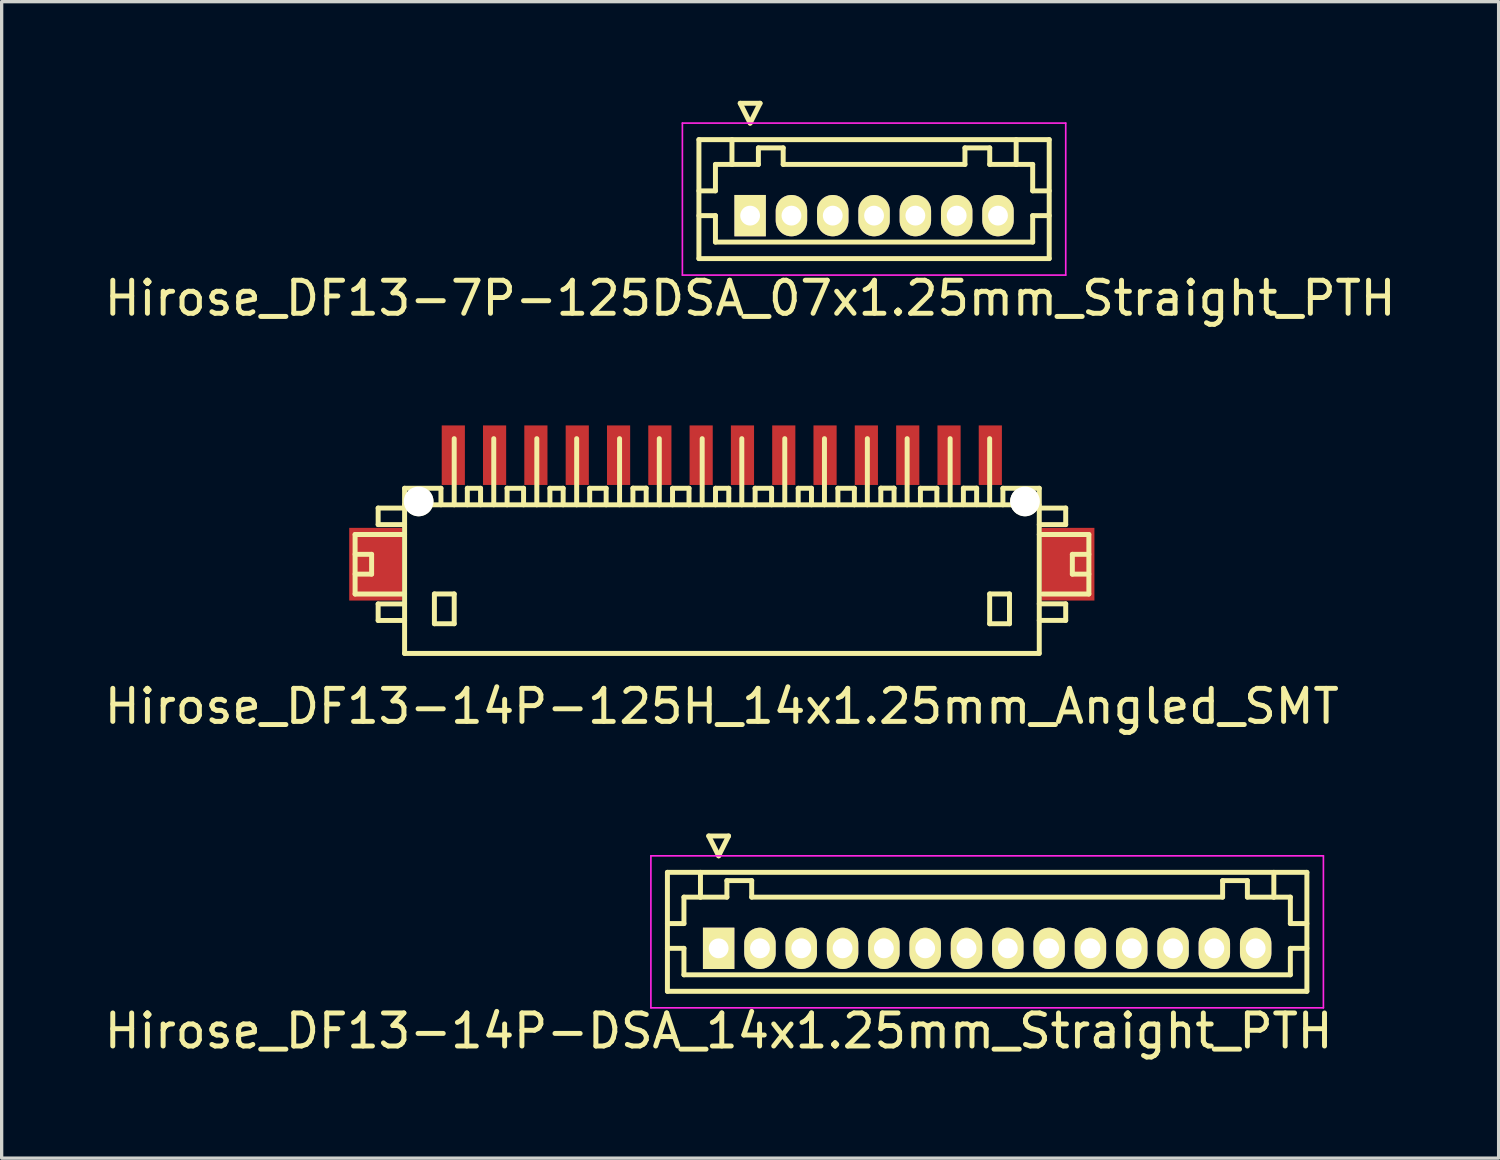
<source format=kicad_pcb>
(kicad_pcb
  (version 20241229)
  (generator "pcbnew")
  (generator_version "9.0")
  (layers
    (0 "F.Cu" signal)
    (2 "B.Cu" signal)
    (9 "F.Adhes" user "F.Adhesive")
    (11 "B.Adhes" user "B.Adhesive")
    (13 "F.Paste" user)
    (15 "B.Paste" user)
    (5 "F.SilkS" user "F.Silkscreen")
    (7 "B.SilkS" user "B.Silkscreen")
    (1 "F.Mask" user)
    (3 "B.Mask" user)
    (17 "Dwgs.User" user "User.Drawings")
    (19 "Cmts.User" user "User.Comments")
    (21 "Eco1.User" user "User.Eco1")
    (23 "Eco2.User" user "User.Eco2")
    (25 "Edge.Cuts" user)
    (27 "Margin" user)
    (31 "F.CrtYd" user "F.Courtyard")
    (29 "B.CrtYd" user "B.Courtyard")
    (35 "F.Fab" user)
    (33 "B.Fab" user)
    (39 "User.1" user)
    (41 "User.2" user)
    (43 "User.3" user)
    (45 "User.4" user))
  (footprint "Hirose_DF13-14P-DSA_14x1.25mm_Straight_PTH"
    (layer "F.Cu")
    (at 18.696 25.647)
    (property "Reference" "Hirose_DF13-14P-DSA_14x1.25mm_Straight_PTH" (at 0 2.5 0) (layer "F.SilkS") (effects (font (size 1 1) (thickness 0.15))))
    (attr through_hole)
    (fp_line (start -1.55 -2.3) (end -1.55 1.3) (stroke (width 0.15) (type solid)) (layer "F.SilkS"))
    (fp_line (start -1.55 -0.75) (end -1.05 -0.75) (stroke (width 0.15) (type solid)) (layer "F.SilkS"))
    (fp_line (start -1.55 0) (end -1.05 0) (stroke (width 0.15) (type solid)) (layer "F.SilkS"))
    (fp_line (start -1.55 1.3) (end 17.8 1.3) (stroke (width 0.15) (type solid)) (layer "F.SilkS"))
    (fp_line (start -1.05 -1.55) (end -0.55 -1.55) (stroke (width 0.15) (type solid)) (layer "F.SilkS"))
    (fp_line (start -1.05 -0.75) (end -1.05 -1.55) (stroke (width 0.15) (type solid)) (layer "F.SilkS"))
    (fp_line (start -1.05 0) (end -1.05 0.8) (stroke (width 0.15) (type solid)) (layer "F.SilkS"))
    (fp_line (start -1.05 0.8) (end 17.3 0.8) (stroke (width 0.15) (type solid)) (layer "F.SilkS"))
    (fp_line (start -0.55 -1.55) (end -0.55 -2.3) (stroke (width 0.15) (type solid)) (layer "F.SilkS"))
    (fp_line (start -0.55 -1.55) (end 0.25 -1.55) (stroke (width 0.15) (type solid)) (layer "F.SilkS"))
    (fp_line (start -0.3 -3.4) (end 0.3 -3.4) (stroke (width 0.15) (type solid)) (layer "F.SilkS"))
    (fp_line (start 0 -2.8) (end -0.3 -3.4) (stroke (width 0.15) (type solid)) (layer "F.SilkS"))
    (fp_line (start 0.25 -2.05) (end 1 -2.05) (stroke (width 0.15) (type solid)) (layer "F.SilkS"))
    (fp_line (start 0.25 -1.55) (end 0.25 -2.05) (stroke (width 0.15) (type solid)) (layer "F.SilkS"))
    (fp_line (start 0.3 -3.4) (end 0 -2.8) (stroke (width 0.15) (type solid)) (layer "F.SilkS"))
    (fp_line (start 1 -2.05) (end 1 -1.55) (stroke (width 0.15) (type solid)) (layer "F.SilkS"))
    (fp_line (start 1 -1.55) (end 15.25 -1.55) (stroke (width 0.15) (type solid)) (layer "F.SilkS"))
    (fp_line (start 15.25 -2.05) (end 16 -2.05) (stroke (width 0.15) (type solid)) (layer "F.SilkS"))
    (fp_line (start 15.25 -1.55) (end 15.25 -2.05) (stroke (width 0.15) (type solid)) (layer "F.SilkS"))
    (fp_line (start 16 -2.05) (end 16 -1.55) (stroke (width 0.15) (type solid)) (layer "F.SilkS"))
    (fp_line (start 16 -1.55) (end 16.8 -1.55) (stroke (width 0.15) (type solid)) (layer "F.SilkS"))
    (fp_line (start 16.8 -1.55) (end 16.8 -2.3) (stroke (width 0.15) (type solid)) (layer "F.SilkS"))
    (fp_line (start 17.3 -1.55) (end 16.8 -1.55) (stroke (width 0.15) (type solid)) (layer "F.SilkS"))
    (fp_line (start 17.3 -0.75) (end 17.3 -1.55) (stroke (width 0.15) (type solid)) (layer "F.SilkS"))
    (fp_line (start 17.3 0) (end 17.8 0) (stroke (width 0.15) (type solid)) (layer "F.SilkS"))
    (fp_line (start 17.3 0.8) (end 17.3 0) (stroke (width 0.15) (type solid)) (layer "F.SilkS"))
    (fp_line (start 17.8 -2.3) (end -1.55 -2.3) (stroke (width 0.15) (type solid)) (layer "F.SilkS"))
    (fp_line (start 17.8 -0.75) (end 17.3 -0.75) (stroke (width 0.15) (type solid)) (layer "F.SilkS"))
    (fp_line (start 17.8 1.3) (end 17.8 -2.3) (stroke (width 0.15) (type solid)) (layer "F.SilkS"))
    (fp_line (start -2.05 -2.8) (end -2.05 1.8) (stroke (width 0.05) (type solid)) (layer "F.CrtYd"))
    (fp_line (start -2.05 1.8) (end 18.3 1.8) (stroke (width 0.05) (type solid)) (layer "F.CrtYd"))
    (fp_line (start 18.3 -2.8) (end -2.05 -2.8) (stroke (width 0.05) (type solid)) (layer "F.CrtYd"))
    (fp_line (start 18.3 1.8) (end 18.3 -2.8) (stroke (width 0.05) (type solid)) (layer "F.CrtYd"))
    (pad "1" thru_hole rect (at 0 0) (size 0.95 1.25) (drill 0.6) (layers "*.Cu" "*.Mask" "F.SilkS"))
    (pad "2" thru_hole oval (at 1.25 0) (size 0.95 1.25) (drill 0.6) (layers "*.Cu" "*.Mask" "F.SilkS"))
    (pad "3" thru_hole oval (at 2.5 0) (size 0.95 1.25) (drill 0.6) (layers "*.Cu" "*.Mask" "F.SilkS"))
    (pad "4" thru_hole oval (at 3.75 0) (size 0.95 1.25) (drill 0.6) (layers "*.Cu" "*.Mask" "F.SilkS"))
    (pad "5" thru_hole oval (at 5 0) (size 0.95 1.25) (drill 0.6) (layers "*.Cu" "*.Mask" "F.SilkS"))
    (pad "6" thru_hole oval (at 6.25 0) (size 0.95 1.25) (drill 0.6) (layers "*.Cu" "*.Mask" "F.SilkS"))
    (pad "7" thru_hole oval (at 7.5 0) (size 0.95 1.25) (drill 0.6) (layers "*.Cu" "*.Mask" "F.SilkS"))
    (pad "8" thru_hole oval (at 8.75 0) (size 0.95 1.25) (drill 0.6) (layers "*.Cu" "*.Mask" "F.SilkS"))
    (pad "9" thru_hole oval (at 10 0) (size 0.95 1.25) (drill 0.6) (layers "*.Cu" "*.Mask" "F.SilkS"))
    (pad "10" thru_hole oval (at 11.25 0) (size 0.95 1.25) (drill 0.6) (layers "*.Cu" "*.Mask" "F.SilkS"))
    (pad "11" thru_hole oval (at 12.5 0) (size 0.95 1.25) (drill 0.6) (layers "*.Cu" "*.Mask" "F.SilkS"))
    (pad "12" thru_hole oval (at 13.75 0) (size 0.95 1.25) (drill 0.6) (layers "*.Cu" "*.Mask" "F.SilkS"))
    (pad "13" thru_hole oval (at 15 0) (size 0.95 1.25) (drill 0.6) (layers "*.Cu" "*.Mask" "F.SilkS"))
    (pad "14" thru_hole oval (at 16.25 0) (size 0.95 1.25) (drill 0.6) (layers "*.Cu" "*.Mask" "F.SilkS")))
  (footprint "Hirose_DF13-14P-125H_14x1.25mm_Angled_SMT"
    (layer "F.Cu")
    (at 18.792 14.224)
    (property "Reference" "Hirose_DF13-14P-125H_14x1.25mm_Angled_SMT" (at 0 4.1 0) (layer "F.SilkS") (effects (font (size 1 1) (thickness 0.15))))
    (attr smd)
    (fp_line (start -11.097 -1.1) (end -11.097 0.701) (stroke (width 0.15) (type solid)) (layer "F.SilkS"))
    (fp_line (start -11.097 0.701) (end -9.599 0.701) (stroke (width 0.15) (type solid)) (layer "F.SilkS"))
    (fp_line (start -10.597 -0.5) (end -11.097 -0.5) (stroke (width 0.15) (type solid)) (layer "F.SilkS"))
    (fp_line (start -10.597 0.099) (end -11.097 0.099) (stroke (width 0.15) (type solid)) (layer "F.SilkS"))
    (fp_line (start -10.597 0.099) (end -10.597 -0.5) (stroke (width 0.15) (type solid)) (layer "F.SilkS"))
    (fp_line (start -10.399 -1.9) (end -10.399 -1.4) (stroke (width 0.15) (type solid)) (layer "F.SilkS"))
    (fp_line (start -10.399 -1.9) (end -9.599 -1.9) (stroke (width 0.15) (type solid)) (layer "F.SilkS"))
    (fp_line (start -10.399 1.001) (end -10.399 1.501) (stroke (width 0.15) (type solid)) (layer "F.SilkS"))
    (fp_line (start -10.399 1.501) (end -9.599 1.501) (stroke (width 0.15) (type solid)) (layer "F.SilkS"))
    (fp_line (start -9.601 2.499) (end 9.601 2.499) (stroke (width 0.15) (type solid)) (layer "F.SilkS"))
    (fp_line (start -9.599 -1.4) (end -10.399 -1.4) (stroke (width 0.15) (type solid)) (layer "F.SilkS"))
    (fp_line (start -9.599 -1.1) (end -11.097 -1.1) (stroke (width 0.15) (type solid)) (layer "F.SilkS"))
    (fp_line (start -9.599 1.001) (end -10.399 1.001) (stroke (width 0.15) (type solid)) (layer "F.SilkS"))
    (fp_line (start -9.599 2.499) (end -9.599 -2.499) (stroke (width 0.15) (type solid)) (layer "F.SilkS"))
    (fp_line (start -8.697 0.699) (end -8.697 1.6) (stroke (width 0.15) (type solid)) (layer "F.SilkS"))
    (fp_line (start -8.697 1.6) (end -8.098 1.6) (stroke (width 0.15) (type solid)) (layer "F.SilkS"))
    (fp_line (start -8.499 -2.499) (end -9.599 -2.499) (stroke (width 0.15) (type solid)) (layer "F.SilkS"))
    (fp_line (start -8.499 -2.499) (end -8.499 -1.999) (stroke (width 0.15) (type solid)) (layer "F.SilkS"))
    (fp_line (start -8.098 -4) (end -8.098 -1.999) (stroke (width 0.15) (type solid)) (layer "F.SilkS"))
    (fp_line (start -8.098 0.699) (end -8.697 0.699) (stroke (width 0.15) (type solid)) (layer "F.SilkS"))
    (fp_line (start -8.098 1.6) (end -8.098 0.699) (stroke (width 0.15) (type solid)) (layer "F.SilkS"))
    (fp_line (start -7.701 -2.499) (end -7.701 -1.999) (stroke (width 0.15) (type solid)) (layer "F.SilkS"))
    (fp_line (start -7.3 -2.499) (end -7.701 -2.499) (stroke (width 0.15) (type solid)) (layer "F.SilkS"))
    (fp_line (start -7.3 -2.499) (end -7.3 -1.999) (stroke (width 0.15) (type solid)) (layer "F.SilkS"))
    (fp_line (start -6.901 -1.999) (end -6.901 -4) (stroke (width 0.15) (type solid)) (layer "F.SilkS"))
    (fp_line (start -6.5 -2.499) (end -5.999 -2.499) (stroke (width 0.15) (type solid)) (layer "F.SilkS"))
    (fp_line (start -6.497 -1.999) (end -6.497 -2.499) (stroke (width 0.15) (type solid)) (layer "F.SilkS"))
    (fp_line (start -5.999 -2.499) (end -5.999 -1.999) (stroke (width 0.15) (type solid)) (layer "F.SilkS"))
    (fp_line (start -5.598 -1.999) (end -5.598 -4) (stroke (width 0.15) (type solid)) (layer "F.SilkS"))
    (fp_line (start -5.202 -2.499) (end -5.202 -1.999) (stroke (width 0.15) (type solid)) (layer "F.SilkS"))
    (fp_line (start -4.801 -2.499) (end -5.202 -2.499) (stroke (width 0.15) (type solid)) (layer "F.SilkS"))
    (fp_line (start -4.801 -2.499) (end -4.801 -1.999) (stroke (width 0.15) (type solid)) (layer "F.SilkS"))
    (fp_line (start -4.392 -1.999) (end -4.392 -4) (stroke (width 0.15) (type solid)) (layer "F.SilkS"))
    (fp_line (start -4 -2.499) (end -3.5 -2.499) (stroke (width 0.15) (type solid)) (layer "F.SilkS"))
    (fp_line (start -3.998 -1.999) (end -3.998 -2.499) (stroke (width 0.15) (type solid)) (layer "F.SilkS"))
    (fp_line (start -3.5 -2.499) (end -3.5 -1.999) (stroke (width 0.15) (type solid)) (layer "F.SilkS"))
    (fp_line (start -3.094 -1.999) (end -3.094 -4) (stroke (width 0.15) (type solid)) (layer "F.SilkS"))
    (fp_line (start -2.69 -2.502) (end -2.69 -2.002) (stroke (width 0.15) (type solid)) (layer "F.SilkS"))
    (fp_line (start -2.289 -2.502) (end -2.69 -2.502) (stroke (width 0.15) (type solid)) (layer "F.SilkS"))
    (fp_line (start -2.289 -2.502) (end -2.289 -2.002) (stroke (width 0.15) (type solid)) (layer "F.SilkS"))
    (fp_line (start -1.892 -1.999) (end -1.892 -4) (stroke (width 0.15) (type solid)) (layer "F.SilkS"))
    (fp_line (start -1.494 -2.499) (end -0.993 -2.499) (stroke (width 0.15) (type solid)) (layer "F.SilkS"))
    (fp_line (start -1.491 -1.999) (end -1.491 -2.499) (stroke (width 0.15) (type solid)) (layer "F.SilkS"))
    (fp_line (start -0.993 -2.499) (end -0.993 -1.999) (stroke (width 0.15) (type solid)) (layer "F.SilkS"))
    (fp_line (start -0.594 -1.999) (end -0.594 -4) (stroke (width 0.15) (type solid)) (layer "F.SilkS"))
    (fp_line (start -0.191 -2.499) (end -0.191 -1.999) (stroke (width 0.15) (type solid)) (layer "F.SilkS"))
    (fp_line (start 0.211 -2.499) (end -0.191 -2.499) (stroke (width 0.15) (type solid)) (layer "F.SilkS"))
    (fp_line (start 0.211 -2.499) (end 0.211 -1.999) (stroke (width 0.15) (type solid)) (layer "F.SilkS"))
    (fp_line (start 0.605 -1.999) (end 0.605 -4) (stroke (width 0.15) (type solid)) (layer "F.SilkS"))
    (fp_line (start 1.006 -2.499) (end 1.506 -2.499) (stroke (width 0.15) (type solid)) (layer "F.SilkS"))
    (fp_line (start 1.008 -1.999) (end 1.008 -2.499) (stroke (width 0.15) (type solid)) (layer "F.SilkS"))
    (fp_line (start 1.506 -2.499) (end 1.506 -1.999) (stroke (width 0.15) (type solid)) (layer "F.SilkS"))
    (fp_line (start 1.905 -1.999) (end 1.905 -4) (stroke (width 0.15) (type solid)) (layer "F.SilkS"))
    (fp_line (start 2.311 -2.499) (end 2.311 -1.999) (stroke (width 0.15) (type solid)) (layer "F.SilkS"))
    (fp_line (start 2.713 -2.499) (end 2.311 -2.499) (stroke (width 0.15) (type solid)) (layer "F.SilkS"))
    (fp_line (start 2.713 -2.499) (end 2.713 -1.999) (stroke (width 0.15) (type solid)) (layer "F.SilkS"))
    (fp_line (start 3.106 -1.999) (end 3.106 -4) (stroke (width 0.15) (type solid)) (layer "F.SilkS"))
    (fp_line (start 3.51 -2.499) (end 4.011 -2.499) (stroke (width 0.15) (type solid)) (layer "F.SilkS"))
    (fp_line (start 3.513 -1.999) (end 3.513 -2.499) (stroke (width 0.15) (type solid)) (layer "F.SilkS"))
    (fp_line (start 4.011 -2.499) (end 4.011 -1.999) (stroke (width 0.15) (type solid)) (layer "F.SilkS"))
    (fp_line (start 4.404 -1.999) (end 4.404 -4) (stroke (width 0.15) (type solid)) (layer "F.SilkS"))
    (fp_line (start 4.811 -2.502) (end 4.811 -2.002) (stroke (width 0.15) (type solid)) (layer "F.SilkS"))
    (fp_line (start 5.212 -2.502) (end 4.811 -2.502) (stroke (width 0.15) (type solid)) (layer "F.SilkS"))
    (fp_line (start 5.212 -2.502) (end 5.212 -2.002) (stroke (width 0.15) (type solid)) (layer "F.SilkS"))
    (fp_line (start 5.608 -1.999) (end 5.608 -4) (stroke (width 0.15) (type solid)) (layer "F.SilkS"))
    (fp_line (start 6.007 -2.499) (end 6.507 -2.499) (stroke (width 0.15) (type solid)) (layer "F.SilkS"))
    (fp_line (start 6.01 -1.999) (end 6.01 -2.499) (stroke (width 0.15) (type solid)) (layer "F.SilkS"))
    (fp_line (start 6.507 -2.499) (end 6.507 -1.999) (stroke (width 0.15) (type solid)) (layer "F.SilkS"))
    (fp_line (start 6.909 -1.999) (end 6.909 -4) (stroke (width 0.15) (type solid)) (layer "F.SilkS"))
    (fp_line (start 7.31 -2.502) (end 7.31 -2.002) (stroke (width 0.15) (type solid)) (layer "F.SilkS"))
    (fp_line (start 7.711 -2.502) (end 7.31 -2.502) (stroke (width 0.15) (type solid)) (layer "F.SilkS"))
    (fp_line (start 7.711 -2.502) (end 7.711 -2.002) (stroke (width 0.15) (type solid)) (layer "F.SilkS"))
    (fp_line (start 8.105 -1.999) (end 8.105 -4) (stroke (width 0.15) (type solid)) (layer "F.SilkS"))
    (fp_line (start 8.105 0.699) (end 8.705 0.699) (stroke (width 0.15) (type solid)) (layer "F.SilkS"))
    (fp_line (start 8.105 1.6) (end 8.105 0.699) (stroke (width 0.15) (type solid)) (layer "F.SilkS"))
    (fp_line (start 8.506 -2.499) (end 8.506 -1.999) (stroke (width 0.15) (type solid)) (layer "F.SilkS"))
    (fp_line (start 8.705 0.699) (end 8.705 1.6) (stroke (width 0.15) (type solid)) (layer "F.SilkS"))
    (fp_line (start 8.705 1.6) (end 8.105 1.6) (stroke (width 0.15) (type solid)) (layer "F.SilkS"))
    (fp_line (start 9.601 -1.999) (end -9.601 -1.999) (stroke (width 0.15) (type solid)) (layer "F.SilkS"))
    (fp_line (start 9.606 -2.499) (end 8.506 -2.499) (stroke (width 0.15) (type solid)) (layer "F.SilkS"))
    (fp_line (start 9.606 -2.499) (end 9.606 2.499) (stroke (width 0.15) (type solid)) (layer "F.SilkS"))
    (fp_line (start 9.606 -1.9) (end 10.406 -1.9) (stroke (width 0.15) (type solid)) (layer "F.SilkS"))
    (fp_line (start 9.606 0.998) (end 10.406 0.998) (stroke (width 0.15) (type solid)) (layer "F.SilkS"))
    (fp_line (start 10.406 -1.9) (end 10.406 -1.4) (stroke (width 0.15) (type solid)) (layer "F.SilkS"))
    (fp_line (start 10.406 -1.4) (end 9.606 -1.4) (stroke (width 0.15) (type solid)) (layer "F.SilkS"))
    (fp_line (start 10.406 0.998) (end 10.406 1.499) (stroke (width 0.15) (type solid)) (layer "F.SilkS"))
    (fp_line (start 10.406 1.499) (end 9.606 1.499) (stroke (width 0.15) (type solid)) (layer "F.SilkS"))
    (fp_line (start 10.607 0.099) (end 10.607 -0.5) (stroke (width 0.15) (type solid)) (layer "F.SilkS"))
    (fp_line (start 11.105 -1.1) (end 9.606 -1.1) (stroke (width 0.15) (type solid)) (layer "F.SilkS"))
    (fp_line (start 11.105 0.701) (end 9.705 0.701) (stroke (width 0.15) (type solid)) (layer "F.SilkS"))
    (fp_line (start 11.107 -1.1) (end 11.107 0.701) (stroke (width 0.15) (type solid)) (layer "F.SilkS"))
    (fp_line (start 11.107 -0.5) (end 10.607 -0.5) (stroke (width 0.15) (type solid)) (layer "F.SilkS"))
    (fp_line (start 11.107 0.099) (end 10.607 0.099) (stroke (width 0.15) (type solid)) (layer "F.SilkS"))
    (pad "" smd rect (at -10.475 -0.201) (size 1.6 2.2) (layers "F.Cu" "F.Mask" "F.Paste"))
    (pad "" np_thru_hole circle (at -9.174 -2.101) (size 0.899 0.899) (drill 0.899) (layers "*.Cu" "*.Mask" "F.SilkS"))
    (pad "" np_thru_hole circle (at 9.174 -2.101) (size 0.899 0.899) (drill 0.899) (layers "*.Cu" "*.Mask" "F.SilkS"))
    (pad "" smd rect (at 10.475 -0.201) (size 1.6 2.2) (layers "F.Cu" "F.Mask" "F.Paste"))
    (pad "1" smd rect (at 8.125 -3.5) (size 0.701 1.801) (layers "F.Cu" "F.Mask" "F.Paste"))
    (pad "2" smd rect (at 6.876 -3.5) (size 0.701 1.801) (layers "F.Cu" "F.Mask" "F.Paste"))
    (pad "3" smd rect (at 5.626 -3.5) (size 0.701 1.801) (layers "F.Cu" "F.Mask" "F.Paste"))
    (pad "4" smd rect (at 4.374 -3.5) (size 0.701 1.801) (layers "F.Cu" "F.Mask" "F.Paste"))
    (pad "5" smd rect (at 3.124 -3.5) (size 0.701 1.801) (layers "F.Cu" "F.Mask" "F.Paste"))
    (pad "6" smd rect (at 1.875 -3.5) (size 0.701 1.801) (layers "F.Cu" "F.Mask" "F.Paste"))
    (pad "7" smd rect (at 0.625 -3.5) (size 0.701 1.801) (layers "F.Cu" "F.Mask" "F.Paste"))
    (pad "8" smd rect (at -0.625 -3.5) (size 0.701 1.801) (layers "F.Cu" "F.Mask" "F.Paste"))
    (pad "9" smd rect (at -1.875 -3.5) (size 0.701 1.801) (layers "F.Cu" "F.Mask" "F.Paste"))
    (pad "10" smd rect (at -3.124 -3.5) (size 0.701 1.801) (layers "F.Cu" "F.Mask" "F.Paste"))
    (pad "11" smd rect (at -4.374 -3.5) (size 0.701 1.801) (layers "F.Cu" "F.Mask" "F.Paste"))
    (pad "12" smd rect (at -5.626 -3.5) (size 0.701 1.801) (layers "F.Cu" "F.Mask" "F.Paste"))
    (pad "13" smd rect (at -6.876 -3.5) (size 0.701 1.801) (layers "F.Cu" "F.Mask" "F.Paste"))
    (pad "14" smd rect (at -8.125 -3.5) (size 0.701 1.801) (layers "F.Cu" "F.Mask" "F.Paste")))
  (footprint "Hirose_DF13-7P-125DSA_07x1.25mm_Straight_PTH"
    (layer "F.Cu")
    (at 19.649 3.475)
    (property "Reference" "Hirose_DF13-7P-125DSA_07x1.25mm_Straight_PTH" (at 0 2.5 0) (layer "F.SilkS") (effects (font (size 1 1) (thickness 0.15))))
    (attr through_hole)
    (fp_line (start -1.55 -2.3) (end -1.55 1.3) (stroke (width 0.15) (type solid)) (layer "F.SilkS"))
    (fp_line (start -1.55 -0.75) (end -1.05 -0.75) (stroke (width 0.15) (type solid)) (layer "F.SilkS"))
    (fp_line (start -1.55 0) (end -1.05 0) (stroke (width 0.15) (type solid)) (layer "F.SilkS"))
    (fp_line (start -1.55 1.3) (end 9.05 1.3) (stroke (width 0.15) (type solid)) (layer "F.SilkS"))
    (fp_line (start -1.05 -1.55) (end -0.55 -1.55) (stroke (width 0.15) (type solid)) (layer "F.SilkS"))
    (fp_line (start -1.05 -0.75) (end -1.05 -1.55) (stroke (width 0.15) (type solid)) (layer "F.SilkS"))
    (fp_line (start -1.05 0) (end -1.05 0.8) (stroke (width 0.15) (type solid)) (layer "F.SilkS"))
    (fp_line (start -1.05 0.8) (end 8.55 0.8) (stroke (width 0.15) (type solid)) (layer "F.SilkS"))
    (fp_line (start -0.55 -1.55) (end -0.55 -2.3) (stroke (width 0.15) (type solid)) (layer "F.SilkS"))
    (fp_line (start -0.55 -1.55) (end 0.25 -1.55) (stroke (width 0.15) (type solid)) (layer "F.SilkS"))
    (fp_line (start -0.3 -3.4) (end 0.3 -3.4) (stroke (width 0.15) (type solid)) (layer "F.SilkS"))
    (fp_line (start 0 -2.8) (end -0.3 -3.4) (stroke (width 0.15) (type solid)) (layer "F.SilkS"))
    (fp_line (start 0.25 -2.05) (end 1 -2.05) (stroke (width 0.15) (type solid)) (layer "F.SilkS"))
    (fp_line (start 0.25 -1.55) (end 0.25 -2.05) (stroke (width 0.15) (type solid)) (layer "F.SilkS"))
    (fp_line (start 0.3 -3.4) (end 0 -2.8) (stroke (width 0.15) (type solid)) (layer "F.SilkS"))
    (fp_line (start 1 -2.05) (end 1 -1.55) (stroke (width 0.15) (type solid)) (layer "F.SilkS"))
    (fp_line (start 1 -1.55) (end 6.5 -1.55) (stroke (width 0.15) (type solid)) (layer "F.SilkS"))
    (fp_line (start 6.5 -2.05) (end 7.25 -2.05) (stroke (width 0.15) (type solid)) (layer "F.SilkS"))
    (fp_line (start 6.5 -1.55) (end 6.5 -2.05) (stroke (width 0.15) (type solid)) (layer "F.SilkS"))
    (fp_line (start 7.25 -2.05) (end 7.25 -1.55) (stroke (width 0.15) (type solid)) (layer "F.SilkS"))
    (fp_line (start 7.25 -1.55) (end 8.05 -1.55) (stroke (width 0.15) (type solid)) (layer "F.SilkS"))
    (fp_line (start 8.05 -1.55) (end 8.05 -2.3) (stroke (width 0.15) (type solid)) (layer "F.SilkS"))
    (fp_line (start 8.55 -1.55) (end 8.05 -1.55) (stroke (width 0.15) (type solid)) (layer "F.SilkS"))
    (fp_line (start 8.55 -0.75) (end 8.55 -1.55) (stroke (width 0.15) (type solid)) (layer "F.SilkS"))
    (fp_line (start 8.55 0) (end 9.05 0) (stroke (width 0.15) (type solid)) (layer "F.SilkS"))
    (fp_line (start 8.55 0.8) (end 8.55 0) (stroke (width 0.15) (type solid)) (layer "F.SilkS"))
    (fp_line (start 9.05 -2.3) (end -1.55 -2.3) (stroke (width 0.15) (type solid)) (layer "F.SilkS"))
    (fp_line (start 9.05 -0.75) (end 8.55 -0.75) (stroke (width 0.15) (type solid)) (layer "F.SilkS"))
    (fp_line (start 9.05 1.3) (end 9.05 -2.3) (stroke (width 0.15) (type solid)) (layer "F.SilkS"))
    (fp_line (start -2.05 -2.8) (end -2.05 1.8) (stroke (width 0.05) (type solid)) (layer "F.CrtYd"))
    (fp_line (start -2.05 1.8) (end 9.55 1.8) (stroke (width 0.05) (type solid)) (layer "F.CrtYd"))
    (fp_line (start 9.55 -2.8) (end -2.05 -2.8) (stroke (width 0.05) (type solid)) (layer "F.CrtYd"))
    (fp_line (start 9.55 1.8) (end 9.55 -2.8) (stroke (width 0.05) (type solid)) (layer "F.CrtYd"))
    (pad "1" thru_hole rect (at 0 0) (size 0.95 1.25) (drill 0.6) (layers "*.Cu" "*.Mask" "F.SilkS"))
    (pad "2" thru_hole oval (at 1.25 0) (size 0.95 1.25) (drill 0.6) (layers "*.Cu" "*.Mask" "F.SilkS"))
    (pad "3" thru_hole oval (at 2.5 0) (size 0.95 1.25) (drill 0.6) (layers "*.Cu" "*.Mask" "F.SilkS"))
    (pad "4" thru_hole oval (at 3.75 0) (size 0.95 1.25) (drill 0.6) (layers "*.Cu" "*.Mask" "F.SilkS"))
    (pad "5" thru_hole oval (at 5 0) (size 0.95 1.25) (drill 0.6) (layers "*.Cu" "*.Mask" "F.SilkS"))
    (pad "6" thru_hole oval (at 6.25 0) (size 0.95 1.25) (drill 0.6) (layers "*.Cu" "*.Mask" "F.SilkS"))
    (pad "7" thru_hole oval (at 7.5 0) (size 0.95 1.25) (drill 0.6) (layers "*.Cu" "*.Mask" "F.SilkS")))
  (gr_rect
    (start -3 -3)
    (end 42.298 31.995)
    (stroke (width 0.1) (type default))
    (fill no)
    (layer "Edge.Cuts")))
</source>
